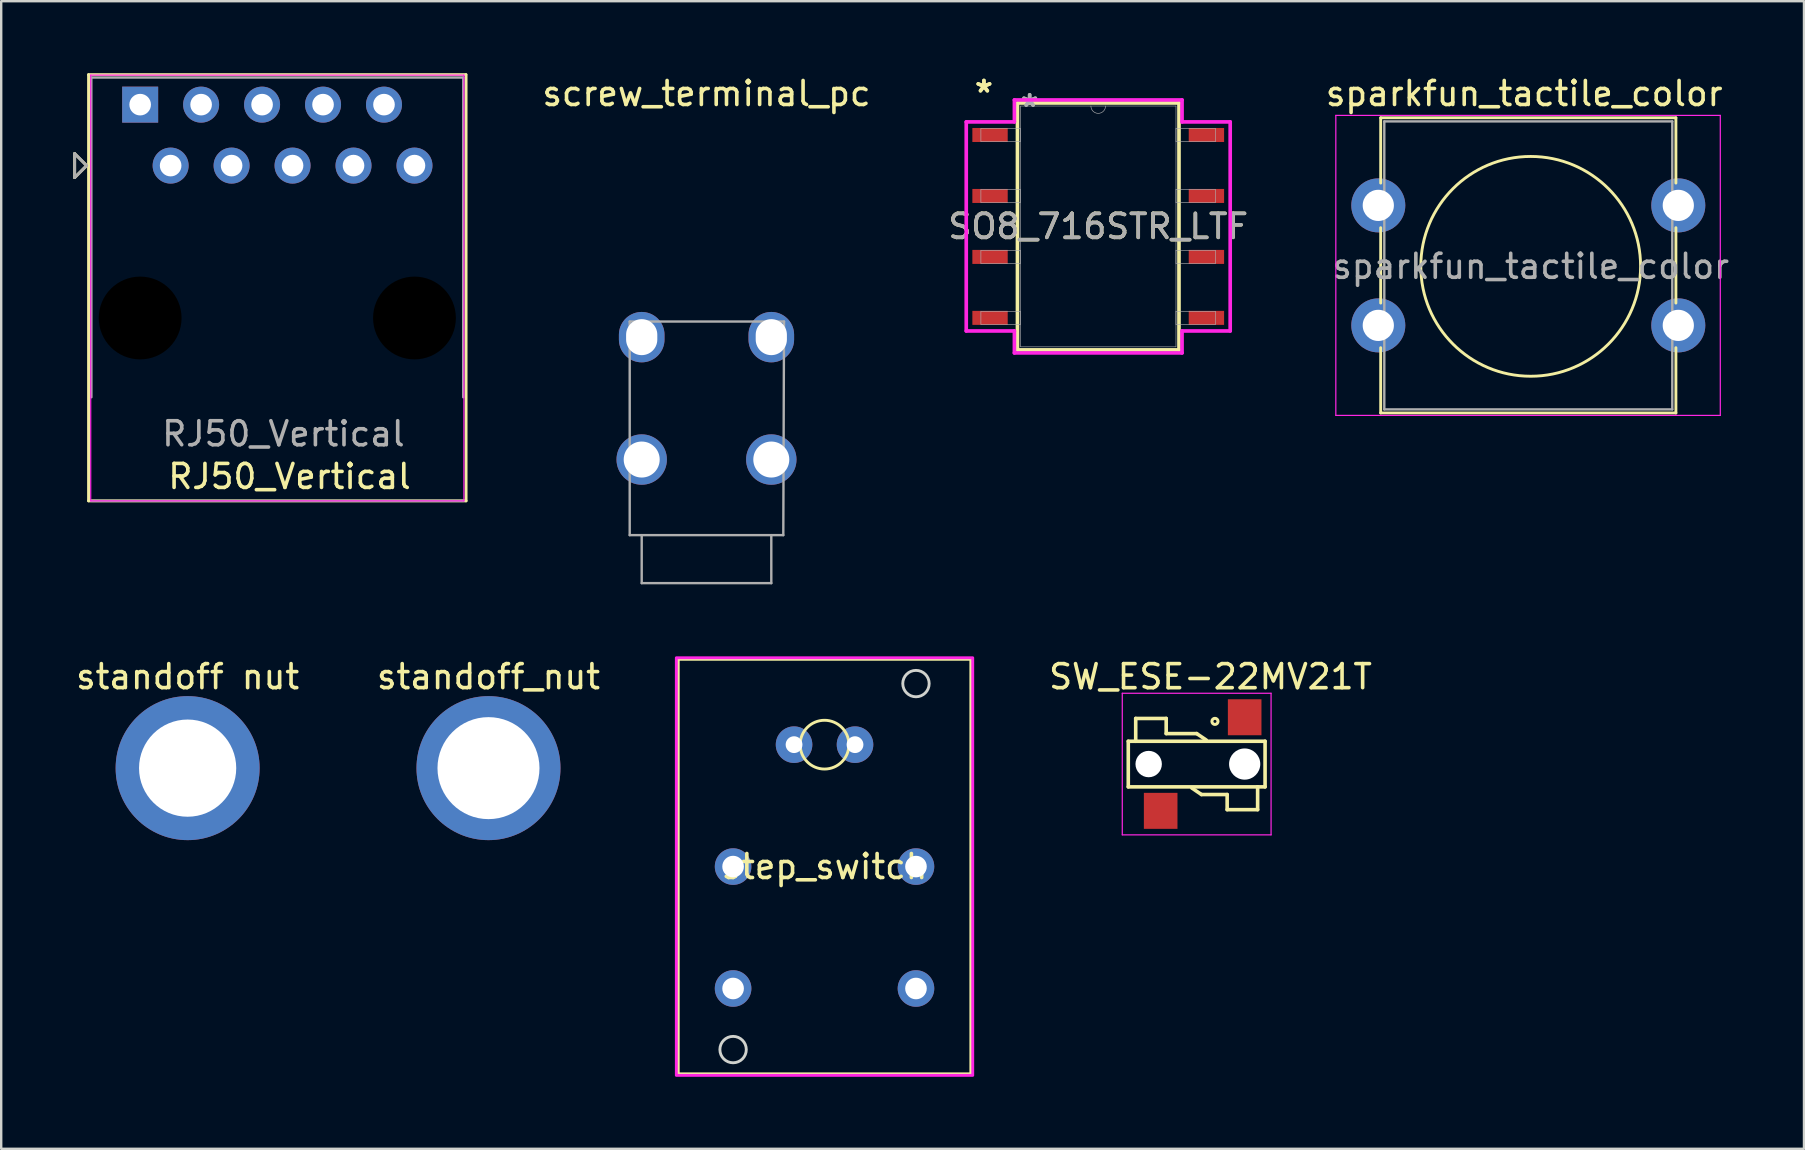
<source format=kicad_pcb>
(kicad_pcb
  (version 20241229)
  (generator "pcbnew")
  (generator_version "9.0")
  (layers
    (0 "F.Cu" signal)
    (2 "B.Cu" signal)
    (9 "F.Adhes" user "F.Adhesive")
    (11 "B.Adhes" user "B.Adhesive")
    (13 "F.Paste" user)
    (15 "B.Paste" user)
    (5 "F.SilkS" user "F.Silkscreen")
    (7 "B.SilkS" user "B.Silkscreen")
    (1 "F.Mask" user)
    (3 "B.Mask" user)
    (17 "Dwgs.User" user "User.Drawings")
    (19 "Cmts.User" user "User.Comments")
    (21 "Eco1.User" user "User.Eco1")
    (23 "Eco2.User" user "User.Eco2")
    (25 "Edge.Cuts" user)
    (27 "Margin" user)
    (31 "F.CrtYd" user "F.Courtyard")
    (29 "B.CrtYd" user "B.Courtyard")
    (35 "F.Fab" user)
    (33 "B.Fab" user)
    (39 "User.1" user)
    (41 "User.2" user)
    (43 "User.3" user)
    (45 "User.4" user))
  (footprint "sparkfun_tactile_color"
    (layer "F.Cu")
    (at 60.63 8.008)
    (property "Reference" "sparkfun_tactile_color" (at -0.17 -7.16 0) (layer "F.SilkS") (effects (font (size 1 1) (thickness 0.15))))
    (attr through_hole)
    (fp_line (start -6.15 -6.15) (end 6.15 -6.15) (stroke (width 0.12) (type solid)) (layer "F.SilkS"))
    (fp_line (start -6.15 -3.43) (end -6.15 -6.15) (stroke (width 0.12) (type solid)) (layer "F.SilkS"))
    (fp_line (start -6.15 1.57) (end -6.15 -1.57) (stroke (width 0.12) (type solid)) (layer "F.SilkS"))
    (fp_line (start -6.15 6.15) (end -6.15 3.43) (stroke (width 0.12) (type solid)) (layer "F.SilkS"))
    (fp_line (start 6.15 -6.15) (end 6.15 -3.43) (stroke (width 0.12) (type solid)) (layer "F.SilkS"))
    (fp_line (start 6.15 -1.57) (end 6.15 1.57) (stroke (width 0.12) (type solid)) (layer "F.SilkS"))
    (fp_line (start 6.15 3.43) (end 6.15 6.15) (stroke (width 0.12) (type solid)) (layer "F.SilkS"))
    (fp_line (start 6.15 6.15) (end -6.15 6.15) (stroke (width 0.12) (type solid)) (layer "F.SilkS"))
    (fp_circle (center 0.1 0.04) (end 3.91 2.58) (stroke (width 0.12) (type solid)) (fill no) (layer "F.SilkS"))
    (fp_line (start -8.02 -6.25) (end -8.02 6.25) (stroke (width 0.05) (type solid)) (layer "F.CrtYd"))
    (fp_line (start -8.02 -6.25) (end 8 -6.25) (stroke (width 0.05) (type solid)) (layer "F.CrtYd"))
    (fp_line (start 8 6.25) (end -8.02 6.25) (stroke (width 0.05) (type solid)) (layer "F.CrtYd"))
    (fp_line (start 8 6.25) (end 8 -6.25) (stroke (width 0.05) (type solid)) (layer "F.CrtYd"))
    (fp_line (start -6 -6) (end -6 6) (stroke (width 0.1) (type solid)) (layer "F.Fab"))
    (fp_line (start -6 -6) (end 6 -6) (stroke (width 0.1) (type solid)) (layer "F.Fab"))
    (fp_line (start -6 6) (end 6 6) (stroke (width 0.1) (type solid)) (layer "F.Fab"))
    (fp_line (start 6 -6) (end 6 6) (stroke (width 0.1) (type solid)) (layer "F.Fab"))
    (fp_text user "${REFERENCE}" (at 0.1 0.04 0) (layer "F.Fab") (effects (font (size 1 1) (thickness 0.15))))
    (pad "1" thru_hole circle (at -6.25 -2.5) (size 2.25 2.25) (drill 1.3) (layers "*.Cu" "*.Mask"))
    (pad "2" thru_hole circle (at 6.25 -2.5) (size 2.25 2.25) (drill 1.3) (layers "*.Cu" "*.Mask"))
    (pad "3" thru_hole circle (at -6.25 2.5) (size 2.25 2.25) (drill 1.3) (layers "*.Cu" "*.Mask"))
    (pad "4" thru_hole circle (at 6.25 2.5) (size 2.25 2.25) (drill 1.3) (layers "*.Cu" "*.Mask")))
  (footprint "SO8_716STR_LTF"
    (layer "F.Cu")
    (at 42.71 6.385)
    (property "Reference" "SO8_716STR_LTF" (at 0 0 0) (unlocked yes) (layer "F.SilkS") (effects (font (size 1 1) (thickness 0.15))))
    (attr smd)
    (fp_line (start -3.365 -5.144) (end -3.365 5.144) (stroke (width 0.152) (type solid)) (layer "F.SilkS"))
    (fp_line (start -3.365 5.144) (end 3.365 5.144) (stroke (width 0.152) (type solid)) (layer "F.SilkS"))
    (fp_line (start 3.365 -5.144) (end -3.365 -5.144) (stroke (width 0.152) (type solid)) (layer "F.SilkS"))
    (fp_line (start 3.365 5.144) (end 3.365 -5.144) (stroke (width 0.152) (type solid)) (layer "F.SilkS"))
    (fp_line (start -5.499 -4.356) (end -3.493 -4.356) (stroke (width 0.152) (type solid)) (layer "F.CrtYd"))
    (fp_line (start -5.499 4.356) (end -5.499 -4.356) (stroke (width 0.152) (type solid)) (layer "F.CrtYd"))
    (fp_line (start -5.499 4.356) (end -3.493 4.356) (stroke (width 0.152) (type solid)) (layer "F.CrtYd"))
    (fp_line (start -3.493 -5.271) (end 3.493 -5.271) (stroke (width 0.152) (type solid)) (layer "F.CrtYd"))
    (fp_line (start -3.493 -4.356) (end -3.493 -5.271) (stroke (width 0.152) (type solid)) (layer "F.CrtYd"))
    (fp_line (start -3.493 5.271) (end -3.493 4.356) (stroke (width 0.152) (type solid)) (layer "F.CrtYd"))
    (fp_line (start 3.493 -5.271) (end 3.493 -4.356) (stroke (width 0.152) (type solid)) (layer "F.CrtYd"))
    (fp_line (start 3.493 4.356) (end 3.493 5.271) (stroke (width 0.152) (type solid)) (layer "F.CrtYd"))
    (fp_line (start 3.493 5.271) (end -3.493 5.271) (stroke (width 0.152) (type solid)) (layer "F.CrtYd"))
    (fp_line (start 5.499 -4.356) (end 3.493 -4.356) (stroke (width 0.152) (type solid)) (layer "F.CrtYd"))
    (fp_line (start 5.499 -4.356) (end 5.499 4.356) (stroke (width 0.152) (type solid)) (layer "F.CrtYd"))
    (fp_line (start 5.499 4.356) (end 3.493 4.356) (stroke (width 0.152) (type solid)) (layer "F.CrtYd"))
    (fp_line (start -4.889 -4.077) (end -4.889 -3.543) (stroke (width 0.025) (type solid)) (layer "F.Fab"))
    (fp_line (start -4.889 -3.543) (end -3.239 -3.543) (stroke (width 0.025) (type solid)) (layer "F.Fab"))
    (fp_line (start -4.889 -1.537) (end -4.889 -1.003) (stroke (width 0.025) (type solid)) (layer "F.Fab"))
    (fp_line (start -4.889 -1.003) (end -3.239 -1.003) (stroke (width 0.025) (type solid)) (layer "F.Fab"))
    (fp_line (start -4.889 1.003) (end -4.889 1.537) (stroke (width 0.025) (type solid)) (layer "F.Fab"))
    (fp_line (start -4.889 1.537) (end -3.239 1.537) (stroke (width 0.025) (type solid)) (layer "F.Fab"))
    (fp_line (start -4.889 3.543) (end -4.889 4.077) (stroke (width 0.025) (type solid)) (layer "F.Fab"))
    (fp_line (start -4.889 4.077) (end -3.239 4.077) (stroke (width 0.025) (type solid)) (layer "F.Fab"))
    (fp_line (start -3.239 -5.016) (end -3.239 5.016) (stroke (width 0.025) (type solid)) (layer "F.Fab"))
    (fp_line (start -3.239 -4.077) (end -4.889 -4.077) (stroke (width 0.025) (type solid)) (layer "F.Fab"))
    (fp_line (start -3.239 -3.543) (end -3.239 -4.077) (stroke (width 0.025) (type solid)) (layer "F.Fab"))
    (fp_line (start -3.239 -1.537) (end -4.889 -1.537) (stroke (width 0.025) (type solid)) (layer "F.Fab"))
    (fp_line (start -3.239 -1.003) (end -3.239 -1.537) (stroke (width 0.025) (type solid)) (layer "F.Fab"))
    (fp_line (start -3.239 1.003) (end -4.889 1.003) (stroke (width 0.025) (type solid)) (layer "F.Fab"))
    (fp_line (start -3.239 1.537) (end -3.239 1.003) (stroke (width 0.025) (type solid)) (layer "F.Fab"))
    (fp_line (start -3.239 3.543) (end -4.889 3.543) (stroke (width 0.025) (type solid)) (layer "F.Fab"))
    (fp_line (start -3.239 4.077) (end -3.239 3.543) (stroke (width 0.025) (type solid)) (layer "F.Fab"))
    (fp_line (start -3.239 5.016) (end 3.239 5.016) (stroke (width 0.025) (type solid)) (layer "F.Fab"))
    (fp_line (start 3.239 -5.016) (end -3.239 -5.016) (stroke (width 0.025) (type solid)) (layer "F.Fab"))
    (fp_line (start 3.239 -4.077) (end 3.239 -3.543) (stroke (width 0.025) (type solid)) (layer "F.Fab"))
    (fp_line (start 3.239 -3.543) (end 4.889 -3.543) (stroke (width 0.025) (type solid)) (layer "F.Fab"))
    (fp_line (start 3.239 -1.537) (end 3.239 -1.003) (stroke (width 0.025) (type solid)) (layer "F.Fab"))
    (fp_line (start 3.239 -1.003) (end 4.889 -1.003) (stroke (width 0.025) (type solid)) (layer "F.Fab"))
    (fp_line (start 3.239 1.003) (end 3.239 1.537) (stroke (width 0.025) (type solid)) (layer "F.Fab"))
    (fp_line (start 3.239 1.537) (end 4.889 1.537) (stroke (width 0.025) (type solid)) (layer "F.Fab"))
    (fp_line (start 3.239 3.543) (end 3.239 4.077) (stroke (width 0.025) (type solid)) (layer "F.Fab"))
    (fp_line (start 3.239 4.077) (end 4.889 4.077) (stroke (width 0.025) (type solid)) (layer "F.Fab"))
    (fp_line (start 3.239 5.016) (end 3.239 -5.016) (stroke (width 0.025) (type solid)) (layer "F.Fab"))
    (fp_line (start 4.889 -4.077) (end 3.239 -4.077) (stroke (width 0.025) (type solid)) (layer "F.Fab"))
    (fp_line (start 4.889 -3.543) (end 4.889 -4.077) (stroke (width 0.025) (type solid)) (layer "F.Fab"))
    (fp_line (start 4.889 -1.537) (end 3.239 -1.537) (stroke (width 0.025) (type solid)) (layer "F.Fab"))
    (fp_line (start 4.889 -1.003) (end 4.889 -1.537) (stroke (width 0.025) (type solid)) (layer "F.Fab"))
    (fp_line (start 4.889 1.003) (end 3.239 1.003) (stroke (width 0.025) (type solid)) (layer "F.Fab"))
    (fp_line (start 4.889 1.537) (end 4.889 1.003) (stroke (width 0.025) (type solid)) (layer "F.Fab"))
    (fp_line (start 4.889 3.543) (end 3.239 3.543) (stroke (width 0.025) (type solid)) (layer "F.Fab"))
    (fp_line (start 4.889 4.077) (end 4.889 3.543) (stroke (width 0.025) (type solid)) (layer "F.Fab"))
    (fp_arc (start 0.3048 -5.0165) (mid 0 -4.7117) (end -0.3048 -5.0165) (stroke (width 0.0254) (type solid)) (layer "F.Fab"))
    (fp_text user "*" (at -4.763 -5.537 0) (layer "F.SilkS") (effects (font (size 1 1) (thickness 0.15))))
    (fp_text user "*" (at -4.763 -5.537 0) (unlocked yes) (layer "F.SilkS") (effects (font (size 1 1) (thickness 0.15))))
    (fp_text user "*" (at -2.857 -4.94 0) (unlocked yes) (layer "F.Fab") (effects (font (size 1 1) (thickness 0.15))))
    (fp_text user "*" (at -2.857 -4.94 0) (layer "F.Fab") (effects (font (size 1 1) (thickness 0.15))))
    (fp_text user "${REFERENCE}" (at 0 0 0) (unlocked yes) (layer "F.Fab") (effects (font (size 1 1) (thickness 0.15))))
    (pad "1" smd rect (at -4.508 -3.81) (size 1.473 0.584) (layers "F.Cu" "F.Mask" "F.Paste"))
    (pad "2" smd rect (at -4.508 -1.27) (size 1.473 0.584) (layers "F.Cu" "F.Mask" "F.Paste"))
    (pad "3" smd rect (at -4.508 1.27) (size 1.473 0.584) (layers "F.Cu" "F.Mask" "F.Paste"))
    (pad "4" smd rect (at -4.508 3.81) (size 1.473 0.584) (layers "F.Cu" "F.Mask" "F.Paste"))
    (pad "5" smd rect (at 4.508 3.81) (size 1.473 0.584) (layers "F.Cu" "F.Mask" "F.Paste"))
    (pad "6" smd rect (at 4.508 1.27) (size 1.473 0.584) (layers "F.Cu" "F.Mask" "F.Paste"))
    (pad "7" smd rect (at 4.508 -1.27) (size 1.473 0.584) (layers "F.Cu" "F.Mask" "F.Paste"))
    (pad "8" smd rect (at 4.508 -3.81) (size 1.473 0.584) (layers "F.Cu" "F.Mask" "F.Paste")))
  (footprint "SW_ESE-22MV21T"
    (layer "F.Cu")
    (at 46.812 28.786)
    (property "Reference" "SW_ESE-22MV21T" (at 0.576 -3.639 0) (layer "F.SilkS") (effects (font (size 1.001 1.001) (thickness 0.15))))
    (attr smd)
    (fp_line (start -2.85 -0.95) (end -2.54 -0.95) (stroke (width 0.15) (type solid)) (layer "F.SilkS"))
    (fp_line (start -2.85 0.95) (end -2.85 -0.95) (stroke (width 0.15) (type solid)) (layer "F.SilkS"))
    (fp_line (start -2.54 -1.9) (end -1.27 -1.9) (stroke (width 0.15) (type solid)) (layer "F.SilkS"))
    (fp_line (start -2.54 -0.95) (end -2.54 -1.9) (stroke (width 0.15) (type solid)) (layer "F.SilkS"))
    (fp_line (start -2.54 -0.95) (end 2.85 -0.95) (stroke (width 0.15) (type solid)) (layer "F.SilkS"))
    (fp_line (start -1.27 -1.9) (end -1.27 -1.27) (stroke (width 0.15) (type solid)) (layer "F.SilkS"))
    (fp_line (start -1.27 -1.27) (end 0 -1.27) (stroke (width 0.15) (type solid)) (layer "F.SilkS"))
    (fp_line (start 0 -1.27) (end 0.4 -1) (stroke (width 0.15) (type solid)) (layer "F.SilkS"))
    (fp_line (start 0.2 1.27) (end -0.2 1) (stroke (width 0.15) (type solid)) (layer "F.SilkS"))
    (fp_line (start 1.27 1.27) (end 0.2 1.27) (stroke (width 0.15) (type solid)) (layer "F.SilkS"))
    (fp_line (start 1.27 1.9) (end 1.27 1.27) (stroke (width 0.15) (type solid)) (layer "F.SilkS"))
    (fp_line (start 2.54 0.95) (end -2.85 0.95) (stroke (width 0.15) (type solid)) (layer "F.SilkS"))
    (fp_line (start 2.54 0.95) (end 2.54 1.9) (stroke (width 0.15) (type solid)) (layer "F.SilkS"))
    (fp_line (start 2.54 1.9) (end 1.27 1.9) (stroke (width 0.15) (type solid)) (layer "F.SilkS"))
    (fp_line (start 2.85 -0.95) (end 2.85 0.95) (stroke (width 0.15) (type solid)) (layer "F.SilkS"))
    (fp_line (start 2.85 0.95) (end 2.54 0.95) (stroke (width 0.15) (type solid)) (layer "F.SilkS"))
    (fp_circle (center 0.762 -1.778) (end 0.889 -1.778) (stroke (width 0.127) (type solid)) (fill no) (layer "F.SilkS"))
    (fp_line (start -3.1 -2.95) (end 3.1 -2.95) (stroke (width 0.05) (type solid)) (layer "F.CrtYd"))
    (fp_line (start -3.1 2.95) (end -3.1 -2.95) (stroke (width 0.05) (type solid)) (layer "F.CrtYd"))
    (fp_line (start 3.1 -2.95) (end 3.1 2.95) (stroke (width 0.05) (type solid)) (layer "F.CrtYd"))
    (fp_line (start 3.1 2.95) (end -3.1 2.95) (stroke (width 0.05) (type solid)) (layer "F.CrtYd"))
    (pad "" np_thru_hole circle (at -2 0) (size 1.1 1.1) (drill 1.1) (layers "*.Cu" "*.Mask"))
    (pad "" np_thru_hole circle (at 2 0) (size 1.3 1.3) (drill 1.3) (layers "*.Cu" "*.Mask"))
    (pad "1" smd rect (at 2 -1.95) (size 1.4 1.5) (layers "F.Cu" "F.Mask" "F.Paste"))
    (pad "2" smd rect (at -1.5 1.95) (size 1.4 1.5) (layers "F.Cu" "F.Mask" "F.Paste")))
  (footprint "standoff_nut"
    (layer "F.Cu")
    (at 17.304 28.956)
    (property "Reference" "standoff_nut" (at 0 -3.81 0) (layer "F.SilkS") (effects (font (size 1 1) (thickness 0.15))))
    (attr through_hole)
    (pad "M3" thru_hole circle (at 0 0) (size 6 6) (drill 4.25) (layers "*.Cu" "*.Mask")))
  (footprint "standoff nut"
    (layer "F.Cu")
    (at 4.768 28.956)
    (property "Reference" "standoff nut" (at 0 -3.81 0) (layer "F.SilkS") (effects (font (size 1 1) (thickness 0.15))))
    (attr through_hole)
    (pad "M3" thru_hole circle (at 0 0) (size 6 6) (drill 4.05) (layers "*.Cu" "*.Mask")))
  (footprint "step_switch"
    (layer "F.Cu")
    (at 31.306 33.058)
    (property "Reference" "step_switch" (at 0 0 0) (unlocked yes) (layer "F.SilkS") (effects (font (size 1 1) (thickness 0.15))))
    (attr through_hole)
    (fp_line (start -6.096 -8.636) (end 6.096 -8.636) (stroke (width 0.12) (type default)) (layer "F.SilkS"))
    (fp_line (start -6.096 8.636) (end -6.096 -8.636) (stroke (width 0.12) (type default)) (layer "F.SilkS"))
    (fp_line (start 6.096 -8.636) (end 6.096 8.636) (stroke (width 0.12) (type default)) (layer "F.SilkS"))
    (fp_line (start 6.096 8.636) (end -6.096 8.636) (stroke (width 0.12) (type default)) (layer "F.SilkS"))
    (fp_circle (center 0 -5.08) (end 0 -4.064) (stroke (width 0.12) (type default)) (fill no) (layer "F.SilkS"))
    (fp_circle (center -3.81 7.625) (end -3.26 7.625) (stroke (width 0.12) (type default)) (fill no) (layer "Edge.Cuts"))
    (fp_circle (center 3.81 -7.625) (end 4.36 -7.625) (stroke (width 0.12) (type default)) (fill no) (layer "Edge.Cuts"))
    (fp_rect (start -6.175 -8.7) (end 6.175 8.7) (stroke (width 0.12) (type default)) (fill no) (layer "F.CrtYd"))
    (pad "3" thru_hole circle (at 1.27 -5.08) (size 1.524 1.524) (drill 0.7) (layers "*.Cu" "*.Mask"))
    (pad "4" thru_hole circle (at -1.27 -5.08) (size 1.524 1.524) (drill 0.7) (layers "*.Cu" "*.Mask"))
    (pad "COM" thru_hole circle (at -3.81 0) (size 1.524 1.524) (drill 0.9) (layers "*.Cu" "*.Mask"))
    (pad "COM" thru_hole circle (at 3.81 0) (size 1.524 1.524) (drill 0.9) (layers "*.Cu" "*.Mask"))
    (pad "NC" thru_hole circle (at 3.81 5.08) (size 1.524 1.524) (drill 0.9) (layers "*.Cu" "*.Mask"))
    (pad "NO" thru_hole circle (at -3.81 5.08) (size 1.524 1.524) (drill 0.9) (layers "*.Cu" "*.Mask")))
  (footprint "RJ50_Vertical"
    (layer "F.Cu")
    (at 8.505 10.2)
    (property "Reference" "RJ50_Vertical" (at 0.508 6.604 0) (layer "F.SilkS") (effects (font (size 1 1) (thickness 0.15))))
    (fp_line (start -8.445 -6.85) (end -8.445 -5.85) (stroke (width 0.12) (type solid)) (layer "F.SilkS"))
    (fp_line (start -8.445 -5.85) (end -7.945 -6.35) (stroke (width 0.12) (type solid)) (layer "F.SilkS"))
    (fp_line (start -7.945 -6.35) (end -8.445 -6.85) (stroke (width 0.12) (type solid)) (layer "F.SilkS"))
    (fp_line (start -7.865 -10.14) (end -7.865 7.62) (stroke (width 0.12) (type solid)) (layer "F.SilkS"))
    (fp_line (start 7.855 -10.14) (end -7.865 -10.14) (stroke (width 0.12) (type solid)) (layer "F.SilkS"))
    (fp_line (start 7.865 -10.14) (end 7.865 7.62) (stroke (width 0.12) (type solid)) (layer "F.SilkS"))
    (fp_line (start 7.865 7.62) (end -7.865 7.62) (stroke (width 0.12) (type solid)) (layer "F.SilkS"))
    (fp_line (start -7.775 -10.12) (end -7.775 7.62) (stroke (width 0.05) (type solid)) (layer "F.CrtYd"))
    (fp_line (start -7.775 -10.12) (end 7.775 -10.12) (stroke (width 0.05) (type solid)) (layer "F.CrtYd"))
    (fp_line (start -7.775 7.62) (end 7.775 7.62) (stroke (width 0.05) (type solid)) (layer "F.CrtYd"))
    (fp_line (start 7.775 -10.12) (end 7.775 7.62) (stroke (width 0.05) (type solid)) (layer "F.CrtYd"))
    (fp_line (start -8.445 -6.85) (end -8.445 -5.85) (stroke (width 0.12) (type solid)) (layer "F.Fab"))
    (fp_line (start -8.445 -5.85) (end -7.945 -6.35) (stroke (width 0.12) (type solid)) (layer "F.Fab"))
    (fp_line (start -7.945 -6.35) (end -8.445 -6.85) (stroke (width 0.12) (type solid)) (layer "F.Fab"))
    (fp_line (start -7.75 -10.02) (end -7.747 3.302) (stroke (width 0.1) (type solid)) (layer "F.Fab"))
    (fp_line (start 7.75 -10.02) (end -7.75 -10.02) (stroke (width 0.1) (type solid)) (layer "F.Fab"))
    (fp_line (start 7.75 -10.02) (end 7.747 3.302) (stroke (width 0.1) (type solid)) (layer "F.Fab"))
    (fp_line (start 7.753 7.62) (end -7.747 7.62) (stroke (width 0.1) (type solid)) (layer "F.Fab"))
    (fp_text user "${REFERENCE}" (at 0.254 4.826 0) (layer "F.Fab") (effects (font (size 1 1) (thickness 0.15))))
    (pad "" np_thru_hole circle (at -5.715 0) (size 3.65 3.65) (drill 3.45) (layers "*.Mask"))
    (pad "" np_thru_hole circle (at 5.715 0) (size 3.65 3.65) (drill 3.45) (layers "*.Mask"))
    (pad "1" thru_hole rect (at -5.715 -8.89) (size 1.5 1.5) (drill 0.9) (layers "*.Cu" "*.Mask"))
    (pad "2" thru_hole circle (at -4.445 -6.35) (size 1.5 1.5) (drill 0.9) (layers "*.Cu" "*.Mask"))
    (pad "3" thru_hole circle (at -3.175 -8.89) (size 1.5 1.5) (drill 0.9) (layers "*.Cu" "*.Mask"))
    (pad "4" thru_hole circle (at -1.905 -6.35) (size 1.5 1.5) (drill 0.9) (layers "*.Cu" "*.Mask"))
    (pad "5" thru_hole circle (at -0.635 -8.89) (size 1.5 1.5) (drill 0.9) (layers "*.Cu" "*.Mask"))
    (pad "6" thru_hole circle (at 0.635 -6.35) (size 1.5 1.5) (drill 0.9) (layers "*.Cu" "*.Mask"))
    (pad "7" thru_hole circle (at 1.905 -8.89) (size 1.5 1.5) (drill 0.9) (layers "*.Cu" "*.Mask"))
    (pad "8" thru_hole circle (at 3.175 -6.35) (size 1.5 1.5) (drill 0.9) (layers "*.Cu" "*.Mask"))
    (pad "9" thru_hole circle (at 4.445 -8.89) (size 1.5 1.5) (drill 0.9) (layers "*.Cu" "*.Mask"))
    (pad "10" thru_hole circle (at 5.715 -6.35) (size 1.5 1.5) (drill 0.9) (layers "*.Cu" "*.Mask")))
  (footprint "screw_terminal_pc"
    (layer "F.Cu")
    (at 26.388 13.548)
    (property "Reference" "screw_terminal_pc" (at 0 -12.7 0) (unlocked yes) (layer "F.SilkS") (effects (font (size 1 1) (thickness 0.15))))
    (attr smd)
    (fp_line (start -3.2 -3.2) (end -3.2 5.7) (stroke (width 0.1) (type solid)) (layer "F.Fab"))
    (fp_line (start -3.2 -3.2) (end 3.23 -3.2) (stroke (width 0.1) (type solid)) (layer "F.Fab"))
    (fp_line (start -3.2 5.7) (end 3.2 5.7) (stroke (width 0.1) (type solid)) (layer "F.Fab"))
    (fp_line (start -2.7 7.7) (end -2.7 5.7) (stroke (width 0.1) (type solid)) (layer "F.Fab"))
    (fp_line (start -2.7 7.7) (end 2.7 7.7) (stroke (width 0.1) (type solid)) (layer "F.Fab"))
    (fp_line (start 2.7 7.7) (end 2.7 5.7) (stroke (width 0.1) (type solid)) (layer "F.Fab"))
    (fp_line (start 3.23 -3.2) (end 3.2 5.7) (stroke (width 0.1) (type solid)) (layer "F.Fab"))
    (pad "1" thru_hole oval (at -2.7 -2.55 90) (size 2.1 1.9) (drill oval 1.5 1.3) (layers "*.Cu" "*.Mask"))
    (pad "1" thru_hole oval (at -2.7 2.55 90) (size 2.1 2.1) (drill oval 1.5) (layers "*.Cu" "*.Mask"))
    (pad "1" thru_hole oval (at 2.7 -2.55 90) (size 2.1 1.9) (drill oval 1.5 1.3) (layers "*.Cu" "*.Mask"))
    (pad "1" thru_hole oval (at 2.7 2.55 90) (size 2.1 2.1) (drill oval 1.5) (layers "*.Cu" "*.Mask")))
  (gr_rect
    (start -3 -3)
    (end 72.117 44.818)
    (stroke (width 0.1) (type default))
    (fill no)
    (layer "Edge.Cuts")))
</source>
